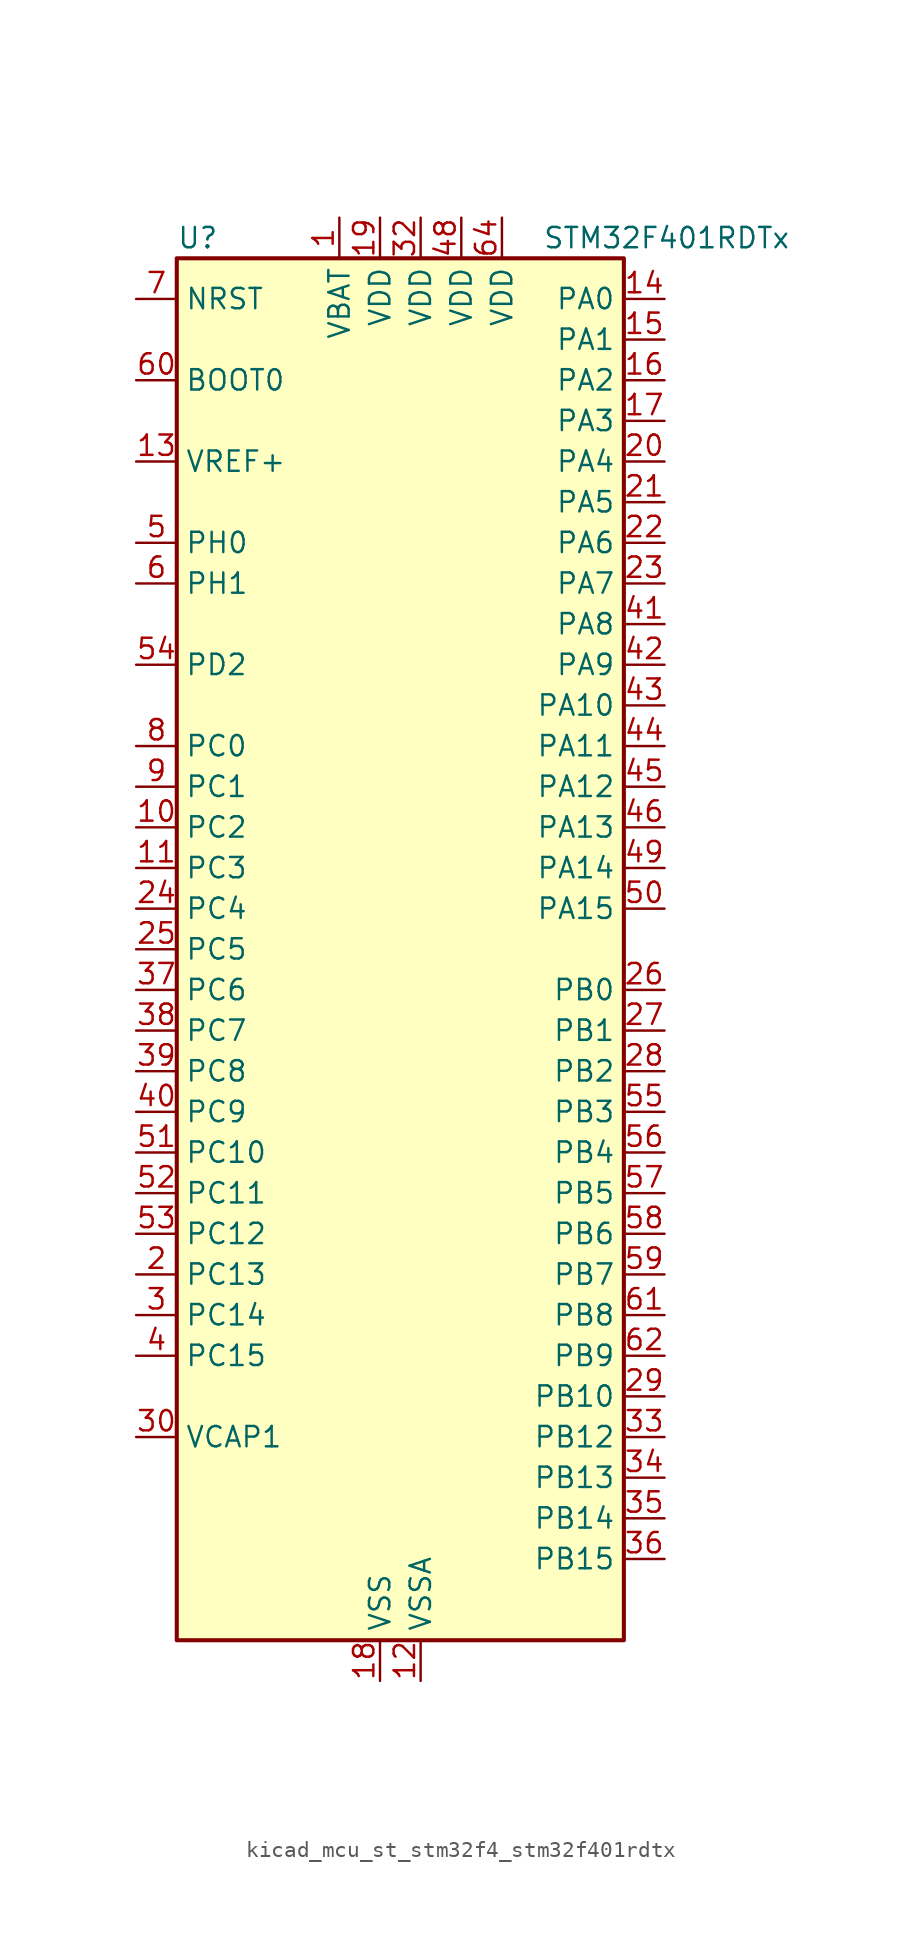
<source format=kicad_sym>
(kicad_symbol_lib
  (version 20220914)
  (generator kicad_symbol_editor)
  (symbol "kicad_mcu_st_stm32f4_stm32f401rdtx"
    (property "Reference" "U"
      (at -12.7 44.45 0)
      (effects (font (size 1.27 1.27)) (justify left)))
    (property "Value" "STM32F401RDTx"
      (at 10.16 44.45 0)
      (effects (font (size 1.27 1.27)) (justify left)))
    (property "ki_locked" ""
      (at 0 0 0)
      (effects (font (size 1.27 1.27))))
    (symbol "kicad_mcu_st_stm32f4_stm32f401rdtx_0_1"
      (rectangle (start -12.7 -43.18) (end 15.24 43.18) (stroke (width 0.254) (type default)) (fill (type background))))
    (symbol "kicad_mcu_st_stm32f4_stm32f401rdtx_1_1"
      (pin power_in line (at -2.54 45.72 270) (length 2.54) (name "VBAT" (effects (font (size 1.27 1.27)))) (number "1" (effects (font (size 1.27 1.27)))))
      (pin bidirectional line (at -15.24 7.62 0) (length 2.54) (name "PC2" (effects (font (size 1.27 1.27)))) (number "10" (effects (font (size 1.27 1.27)))) (alternate "ADC1_IN12" bidirectional line) (alternate "I2S2_ext_SD" bidirectional line) (alternate "SPI2_MISO" bidirectional line))
      (pin bidirectional line (at -15.24 5.08 0) (length 2.54) (name "PC3" (effects (font (size 1.27 1.27)))) (number "11" (effects (font (size 1.27 1.27)))) (alternate "ADC1_IN13" bidirectional line) (alternate "I2S2_SD" bidirectional line) (alternate "SPI2_MOSI" bidirectional line))
      (pin power_in line (at 2.54 -45.72 90) (length 2.54) (name "VSSA" (effects (font (size 1.27 1.27)))) (number "12" (effects (font (size 1.27 1.27)))))
      (pin input line (at -15.24 30.48 0) (length 2.54) (name "VREF+" (effects (font (size 1.27 1.27)))) (number "13" (effects (font (size 1.27 1.27)))))
      (pin bidirectional line (at 17.78 40.64 180) (length 2.54) (name "PA0" (effects (font (size 1.27 1.27)))) (number "14" (effects (font (size 1.27 1.27)))) (alternate "ADC1_IN0" bidirectional line) (alternate "SYS_WKUP" bidirectional line) (alternate "TIM2_CH1" bidirectional line) (alternate "TIM2_ETR" bidirectional line) (alternate "TIM5_CH1" bidirectional line) (alternate "USART2_CTS" bidirectional line))
      (pin bidirectional line (at 17.78 38.1 180) (length 2.54) (name "PA1" (effects (font (size 1.27 1.27)))) (number "15" (effects (font (size 1.27 1.27)))) (alternate "ADC1_IN1" bidirectional line) (alternate "TIM2_CH2" bidirectional line) (alternate "TIM5_CH2" bidirectional line) (alternate "USART2_RTS" bidirectional line))
      (pin bidirectional line (at 17.78 35.56 180) (length 2.54) (name "PA2" (effects (font (size 1.27 1.27)))) (number "16" (effects (font (size 1.27 1.27)))) (alternate "ADC1_IN2" bidirectional line) (alternate "TIM2_CH3" bidirectional line) (alternate "TIM5_CH3" bidirectional line) (alternate "TIM9_CH1" bidirectional line) (alternate "USART2_TX" bidirectional line))
      (pin bidirectional line (at 17.78 33.02 180) (length 2.54) (name "PA3" (effects (font (size 1.27 1.27)))) (number "17" (effects (font (size 1.27 1.27)))) (alternate "ADC1_IN3" bidirectional line) (alternate "TIM2_CH4" bidirectional line) (alternate "TIM5_CH4" bidirectional line) (alternate "TIM9_CH2" bidirectional line) (alternate "USART2_RX" bidirectional line))
      (pin power_in line (at 0 -45.72 90) (length 2.54) (name "VSS" (effects (font (size 1.27 1.27)))) (number "18" (effects (font (size 1.27 1.27)))))
      (pin power_in line (at 0 45.72 270) (length 2.54) (name "VDD" (effects (font (size 1.27 1.27)))) (number "19" (effects (font (size 1.27 1.27)))))
      (pin bidirectional line (at -15.24 -20.32 0) (length 2.54) (name "PC13" (effects (font (size 1.27 1.27)))) (number "2" (effects (font (size 1.27 1.27)))) (alternate "RTC_AF1" bidirectional line))
      (pin bidirectional line (at 17.78 30.48 180) (length 2.54) (name "PA4" (effects (font (size 1.27 1.27)))) (number "20" (effects (font (size 1.27 1.27)))) (alternate "ADC1_IN4" bidirectional line) (alternate "I2S3_WS" bidirectional line) (alternate "SPI1_NSS" bidirectional line) (alternate "SPI3_NSS" bidirectional line) (alternate "USART2_CK" bidirectional line))
      (pin bidirectional line (at 17.78 27.94 180) (length 2.54) (name "PA5" (effects (font (size 1.27 1.27)))) (number "21" (effects (font (size 1.27 1.27)))) (alternate "ADC1_IN5" bidirectional line) (alternate "SPI1_SCK" bidirectional line) (alternate "TIM2_CH1" bidirectional line) (alternate "TIM2_ETR" bidirectional line))
      (pin bidirectional line (at 17.78 25.4 180) (length 2.54) (name "PA6" (effects (font (size 1.27 1.27)))) (number "22" (effects (font (size 1.27 1.27)))) (alternate "ADC1_IN6" bidirectional line) (alternate "SPI1_MISO" bidirectional line) (alternate "TIM1_BKIN" bidirectional line) (alternate "TIM3_CH1" bidirectional line))
      (pin bidirectional line (at 17.78 22.86 180) (length 2.54) (name "PA7" (effects (font (size 1.27 1.27)))) (number "23" (effects (font (size 1.27 1.27)))) (alternate "ADC1_IN7" bidirectional line) (alternate "SPI1_MOSI" bidirectional line) (alternate "TIM1_CH1N" bidirectional line) (alternate "TIM3_CH2" bidirectional line))
      (pin bidirectional line (at -15.24 2.54 0) (length 2.54) (name "PC4" (effects (font (size 1.27 1.27)))) (number "24" (effects (font (size 1.27 1.27)))) (alternate "ADC1_IN14" bidirectional line))
      (pin bidirectional line (at -15.24 0 0) (length 2.54) (name "PC5" (effects (font (size 1.27 1.27)))) (number "25" (effects (font (size 1.27 1.27)))) (alternate "ADC1_IN15" bidirectional line))
      (pin bidirectional line (at 17.78 -2.54 180) (length 2.54) (name "PB0" (effects (font (size 1.27 1.27)))) (number "26" (effects (font (size 1.27 1.27)))) (alternate "ADC1_IN8" bidirectional line) (alternate "TIM1_CH2N" bidirectional line) (alternate "TIM3_CH3" bidirectional line))
      (pin bidirectional line (at 17.78 -5.08 180) (length 2.54) (name "PB1" (effects (font (size 1.27 1.27)))) (number "27" (effects (font (size 1.27 1.27)))) (alternate "ADC1_IN9" bidirectional line) (alternate "TIM1_CH3N" bidirectional line) (alternate "TIM3_CH4" bidirectional line))
      (pin bidirectional line (at 17.78 -7.62 180) (length 2.54) (name "PB2" (effects (font (size 1.27 1.27)))) (number "28" (effects (font (size 1.27 1.27)))))
      (pin bidirectional line (at 17.78 -27.94 180) (length 2.54) (name "PB10" (effects (font (size 1.27 1.27)))) (number "29" (effects (font (size 1.27 1.27)))) (alternate "I2C2_SCL" bidirectional line) (alternate "I2S2_CK" bidirectional line) (alternate "SPI2_SCK" bidirectional line) (alternate "TIM2_CH3" bidirectional line))
      (pin bidirectional line (at -15.24 -22.86 0) (length 2.54) (name "PC14" (effects (font (size 1.27 1.27)))) (number "3" (effects (font (size 1.27 1.27)))) (alternate "RCC_OSC32_IN" bidirectional line))
      (pin power_out line (at -15.24 -30.48 0) (length 2.54) (name "VCAP1" (effects (font (size 1.27 1.27)))) (number "30" (effects (font (size 1.27 1.27)))))
      (pin passive line (at 0 -45.72 90) (length 2.54) hide (name "VSS" (effects (font (size 1.27 1.27)))) (number "31" (effects (font (size 1.27 1.27)))))
      (pin power_in line (at 2.54 45.72 270) (length 2.54) (name "VDD" (effects (font (size 1.27 1.27)))) (number "32" (effects (font (size 1.27 1.27)))))
      (pin bidirectional line (at 17.78 -30.48 180) (length 2.54) (name "PB12" (effects (font (size 1.27 1.27)))) (number "33" (effects (font (size 1.27 1.27)))) (alternate "I2C2_SMBA" bidirectional line) (alternate "I2S2_WS" bidirectional line) (alternate "SPI2_NSS" bidirectional line) (alternate "TIM1_BKIN" bidirectional line))
      (pin bidirectional line (at 17.78 -33.02 180) (length 2.54) (name "PB13" (effects (font (size 1.27 1.27)))) (number "34" (effects (font (size 1.27 1.27)))) (alternate "I2S2_CK" bidirectional line) (alternate "SPI2_SCK" bidirectional line) (alternate "TIM1_CH1N" bidirectional line))
      (pin bidirectional line (at 17.78 -35.56 180) (length 2.54) (name "PB14" (effects (font (size 1.27 1.27)))) (number "35" (effects (font (size 1.27 1.27)))) (alternate "I2S2_ext_SD" bidirectional line) (alternate "SPI2_MISO" bidirectional line) (alternate "TIM1_CH2N" bidirectional line))
      (pin bidirectional line (at 17.78 -38.1 180) (length 2.54) (name "PB15" (effects (font (size 1.27 1.27)))) (number "36" (effects (font (size 1.27 1.27)))) (alternate "ADC1_EXTI15" bidirectional line) (alternate "I2S2_SD" bidirectional line) (alternate "RTC_REFIN" bidirectional line) (alternate "SPI2_MOSI" bidirectional line) (alternate "TIM1_CH3N" bidirectional line))
      (pin bidirectional line (at -15.24 -2.54 0) (length 2.54) (name "PC6" (effects (font (size 1.27 1.27)))) (number "37" (effects (font (size 1.27 1.27)))) (alternate "I2S2_MCK" bidirectional line) (alternate "SDIO_D6" bidirectional line) (alternate "TIM3_CH1" bidirectional line) (alternate "USART6_TX" bidirectional line))
      (pin bidirectional line (at -15.24 -5.08 0) (length 2.54) (name "PC7" (effects (font (size 1.27 1.27)))) (number "38" (effects (font (size 1.27 1.27)))) (alternate "I2S3_MCK" bidirectional line) (alternate "SDIO_D7" bidirectional line) (alternate "TIM3_CH2" bidirectional line) (alternate "USART6_RX" bidirectional line))
      (pin bidirectional line (at -15.24 -7.62 0) (length 2.54) (name "PC8" (effects (font (size 1.27 1.27)))) (number "39" (effects (font (size 1.27 1.27)))) (alternate "SDIO_D0" bidirectional line) (alternate "TIM3_CH3" bidirectional line) (alternate "USART6_CK" bidirectional line))
      (pin bidirectional line (at -15.24 -25.4 0) (length 2.54) (name "PC15" (effects (font (size 1.27 1.27)))) (number "4" (effects (font (size 1.27 1.27)))) (alternate "ADC1_EXTI15" bidirectional line) (alternate "RCC_OSC32_OUT" bidirectional line))
      (pin bidirectional line (at -15.24 -10.16 0) (length 2.54) (name "PC9" (effects (font (size 1.27 1.27)))) (number "40" (effects (font (size 1.27 1.27)))) (alternate "I2C3_SDA" bidirectional line) (alternate "I2S_CKIN" bidirectional line) (alternate "RCC_MCO_2" bidirectional line) (alternate "SDIO_D1" bidirectional line) (alternate "TIM3_CH4" bidirectional line))
      (pin bidirectional line (at 17.78 20.32 180) (length 2.54) (name "PA8" (effects (font (size 1.27 1.27)))) (number "41" (effects (font (size 1.27 1.27)))) (alternate "I2C3_SCL" bidirectional line) (alternate "RCC_MCO_1" bidirectional line) (alternate "TIM1_CH1" bidirectional line) (alternate "USART1_CK" bidirectional line) (alternate "USB_OTG_FS_SOF" bidirectional line))
      (pin bidirectional line (at 17.78 17.78 180) (length 2.54) (name "PA9" (effects (font (size 1.27 1.27)))) (number "42" (effects (font (size 1.27 1.27)))) (alternate "I2C3_SMBA" bidirectional line) (alternate "TIM1_CH2" bidirectional line) (alternate "USART1_TX" bidirectional line) (alternate "USB_OTG_FS_VBUS" bidirectional line))
      (pin bidirectional line (at 17.78 15.24 180) (length 2.54) (name "PA10" (effects (font (size 1.27 1.27)))) (number "43" (effects (font (size 1.27 1.27)))) (alternate "TIM1_CH3" bidirectional line) (alternate "USART1_RX" bidirectional line) (alternate "USB_OTG_FS_ID" bidirectional line))
      (pin bidirectional line (at 17.78 12.7 180) (length 2.54) (name "PA11" (effects (font (size 1.27 1.27)))) (number "44" (effects (font (size 1.27 1.27)))) (alternate "ADC1_EXTI11" bidirectional line) (alternate "TIM1_CH4" bidirectional line) (alternate "USART1_CTS" bidirectional line) (alternate "USART6_TX" bidirectional line) (alternate "USB_OTG_FS_DM" bidirectional line))
      (pin bidirectional line (at 17.78 10.16 180) (length 2.54) (name "PA12" (effects (font (size 1.27 1.27)))) (number "45" (effects (font (size 1.27 1.27)))) (alternate "TIM1_ETR" bidirectional line) (alternate "USART1_RTS" bidirectional line) (alternate "USART6_RX" bidirectional line) (alternate "USB_OTG_FS_DP" bidirectional line))
      (pin bidirectional line (at 17.78 7.62 180) (length 2.54) (name "PA13" (effects (font (size 1.27 1.27)))) (number "46" (effects (font (size 1.27 1.27)))) (alternate "SYS_JTMS-SWDIO" bidirectional line))
      (pin passive line (at 0 -45.72 90) (length 2.54) hide (name "VSS" (effects (font (size 1.27 1.27)))) (number "47" (effects (font (size 1.27 1.27)))))
      (pin power_in line (at 5.08 45.72 270) (length 2.54) (name "VDD" (effects (font (size 1.27 1.27)))) (number "48" (effects (font (size 1.27 1.27)))))
      (pin bidirectional line (at 17.78 5.08 180) (length 2.54) (name "PA14" (effects (font (size 1.27 1.27)))) (number "49" (effects (font (size 1.27 1.27)))) (alternate "SYS_JTCK-SWCLK" bidirectional line))
      (pin bidirectional line (at -15.24 25.4 0) (length 2.54) (name "PH0" (effects (font (size 1.27 1.27)))) (number "5" (effects (font (size 1.27 1.27)))) (alternate "RCC_OSC_IN" bidirectional line))
      (pin bidirectional line (at 17.78 2.54 180) (length 2.54) (name "PA15" (effects (font (size 1.27 1.27)))) (number "50" (effects (font (size 1.27 1.27)))) (alternate "ADC1_EXTI15" bidirectional line) (alternate "I2S3_WS" bidirectional line) (alternate "SPI1_NSS" bidirectional line) (alternate "SPI3_NSS" bidirectional line) (alternate "SYS_JTDI" bidirectional line) (alternate "TIM2_CH1" bidirectional line) (alternate "TIM2_ETR" bidirectional line))
      (pin bidirectional line (at -15.24 -12.7 0) (length 2.54) (name "PC10" (effects (font (size 1.27 1.27)))) (number "51" (effects (font (size 1.27 1.27)))) (alternate "I2S3_CK" bidirectional line) (alternate "SDIO_D2" bidirectional line) (alternate "SPI3_SCK" bidirectional line))
      (pin bidirectional line (at -15.24 -15.24 0) (length 2.54) (name "PC11" (effects (font (size 1.27 1.27)))) (number "52" (effects (font (size 1.27 1.27)))) (alternate "ADC1_EXTI11" bidirectional line) (alternate "I2S3_ext_SD" bidirectional line) (alternate "SDIO_D3" bidirectional line) (alternate "SPI3_MISO" bidirectional line))
      (pin bidirectional line (at -15.24 -17.78 0) (length 2.54) (name "PC12" (effects (font (size 1.27 1.27)))) (number "53" (effects (font (size 1.27 1.27)))) (alternate "I2S3_SD" bidirectional line) (alternate "SDIO_CK" bidirectional line) (alternate "SPI3_MOSI" bidirectional line))
      (pin bidirectional line (at -15.24 17.78 0) (length 2.54) (name "PD2" (effects (font (size 1.27 1.27)))) (number "54" (effects (font (size 1.27 1.27)))) (alternate "SDIO_CMD" bidirectional line) (alternate "TIM3_ETR" bidirectional line))
      (pin bidirectional line (at 17.78 -10.16 180) (length 2.54) (name "PB3" (effects (font (size 1.27 1.27)))) (number "55" (effects (font (size 1.27 1.27)))) (alternate "I2C2_SDA" bidirectional line) (alternate "I2S3_CK" bidirectional line) (alternate "SPI1_SCK" bidirectional line) (alternate "SPI3_SCK" bidirectional line) (alternate "SYS_JTDO-SWO" bidirectional line) (alternate "TIM2_CH2" bidirectional line))
      (pin bidirectional line (at 17.78 -12.7 180) (length 2.54) (name "PB4" (effects (font (size 1.27 1.27)))) (number "56" (effects (font (size 1.27 1.27)))) (alternate "I2C3_SDA" bidirectional line) (alternate "I2S3_ext_SD" bidirectional line) (alternate "SPI1_MISO" bidirectional line) (alternate "SPI3_MISO" bidirectional line) (alternate "SYS_JTRST" bidirectional line) (alternate "TIM3_CH1" bidirectional line))
      (pin bidirectional line (at 17.78 -15.24 180) (length 2.54) (name "PB5" (effects (font (size 1.27 1.27)))) (number "57" (effects (font (size 1.27 1.27)))) (alternate "I2C1_SMBA" bidirectional line) (alternate "I2S3_SD" bidirectional line) (alternate "SPI1_MOSI" bidirectional line) (alternate "SPI3_MOSI" bidirectional line) (alternate "TIM3_CH2" bidirectional line))
      (pin bidirectional line (at 17.78 -17.78 180) (length 2.54) (name "PB6" (effects (font (size 1.27 1.27)))) (number "58" (effects (font (size 1.27 1.27)))) (alternate "I2C1_SCL" bidirectional line) (alternate "TIM4_CH1" bidirectional line) (alternate "USART1_TX" bidirectional line))
      (pin bidirectional line (at 17.78 -20.32 180) (length 2.54) (name "PB7" (effects (font (size 1.27 1.27)))) (number "59" (effects (font (size 1.27 1.27)))) (alternate "I2C1_SDA" bidirectional line) (alternate "TIM4_CH2" bidirectional line) (alternate "USART1_RX" bidirectional line))
      (pin bidirectional line (at -15.24 22.86 0) (length 2.54) (name "PH1" (effects (font (size 1.27 1.27)))) (number "6" (effects (font (size 1.27 1.27)))) (alternate "RCC_OSC_OUT" bidirectional line))
      (pin input line (at -15.24 35.56 0) (length 2.54) (name "BOOT0" (effects (font (size 1.27 1.27)))) (number "60" (effects (font (size 1.27 1.27)))))
      (pin bidirectional line (at 17.78 -22.86 180) (length 2.54) (name "PB8" (effects (font (size 1.27 1.27)))) (number "61" (effects (font (size 1.27 1.27)))) (alternate "I2C1_SCL" bidirectional line) (alternate "SDIO_D4" bidirectional line) (alternate "TIM10_CH1" bidirectional line) (alternate "TIM4_CH3" bidirectional line))
      (pin bidirectional line (at 17.78 -25.4 180) (length 2.54) (name "PB9" (effects (font (size 1.27 1.27)))) (number "62" (effects (font (size 1.27 1.27)))) (alternate "I2C1_SDA" bidirectional line) (alternate "I2S2_WS" bidirectional line) (alternate "SDIO_D5" bidirectional line) (alternate "SPI2_NSS" bidirectional line) (alternate "TIM11_CH1" bidirectional line) (alternate "TIM4_CH4" bidirectional line))
      (pin passive line (at 0 -45.72 90) (length 2.54) hide (name "VSS" (effects (font (size 1.27 1.27)))) (number "63" (effects (font (size 1.27 1.27)))))
      (pin power_in line (at 7.62 45.72 270) (length 2.54) (name "VDD" (effects (font (size 1.27 1.27)))) (number "64" (effects (font (size 1.27 1.27)))))
      (pin input line (at -15.24 40.64 0) (length 2.54) (name "NRST" (effects (font (size 1.27 1.27)))) (number "7" (effects (font (size 1.27 1.27)))))
      (pin bidirectional line (at -15.24 12.7 0) (length 2.54) (name "PC0" (effects (font (size 1.27 1.27)))) (number "8" (effects (font (size 1.27 1.27)))) (alternate "ADC1_IN10" bidirectional line))
      (pin bidirectional line (at -15.24 10.16 0) (length 2.54) (name "PC1" (effects (font (size 1.27 1.27)))) (number "9" (effects (font (size 1.27 1.27)))) (alternate "ADC1_IN11" bidirectional line)))))
</source>
